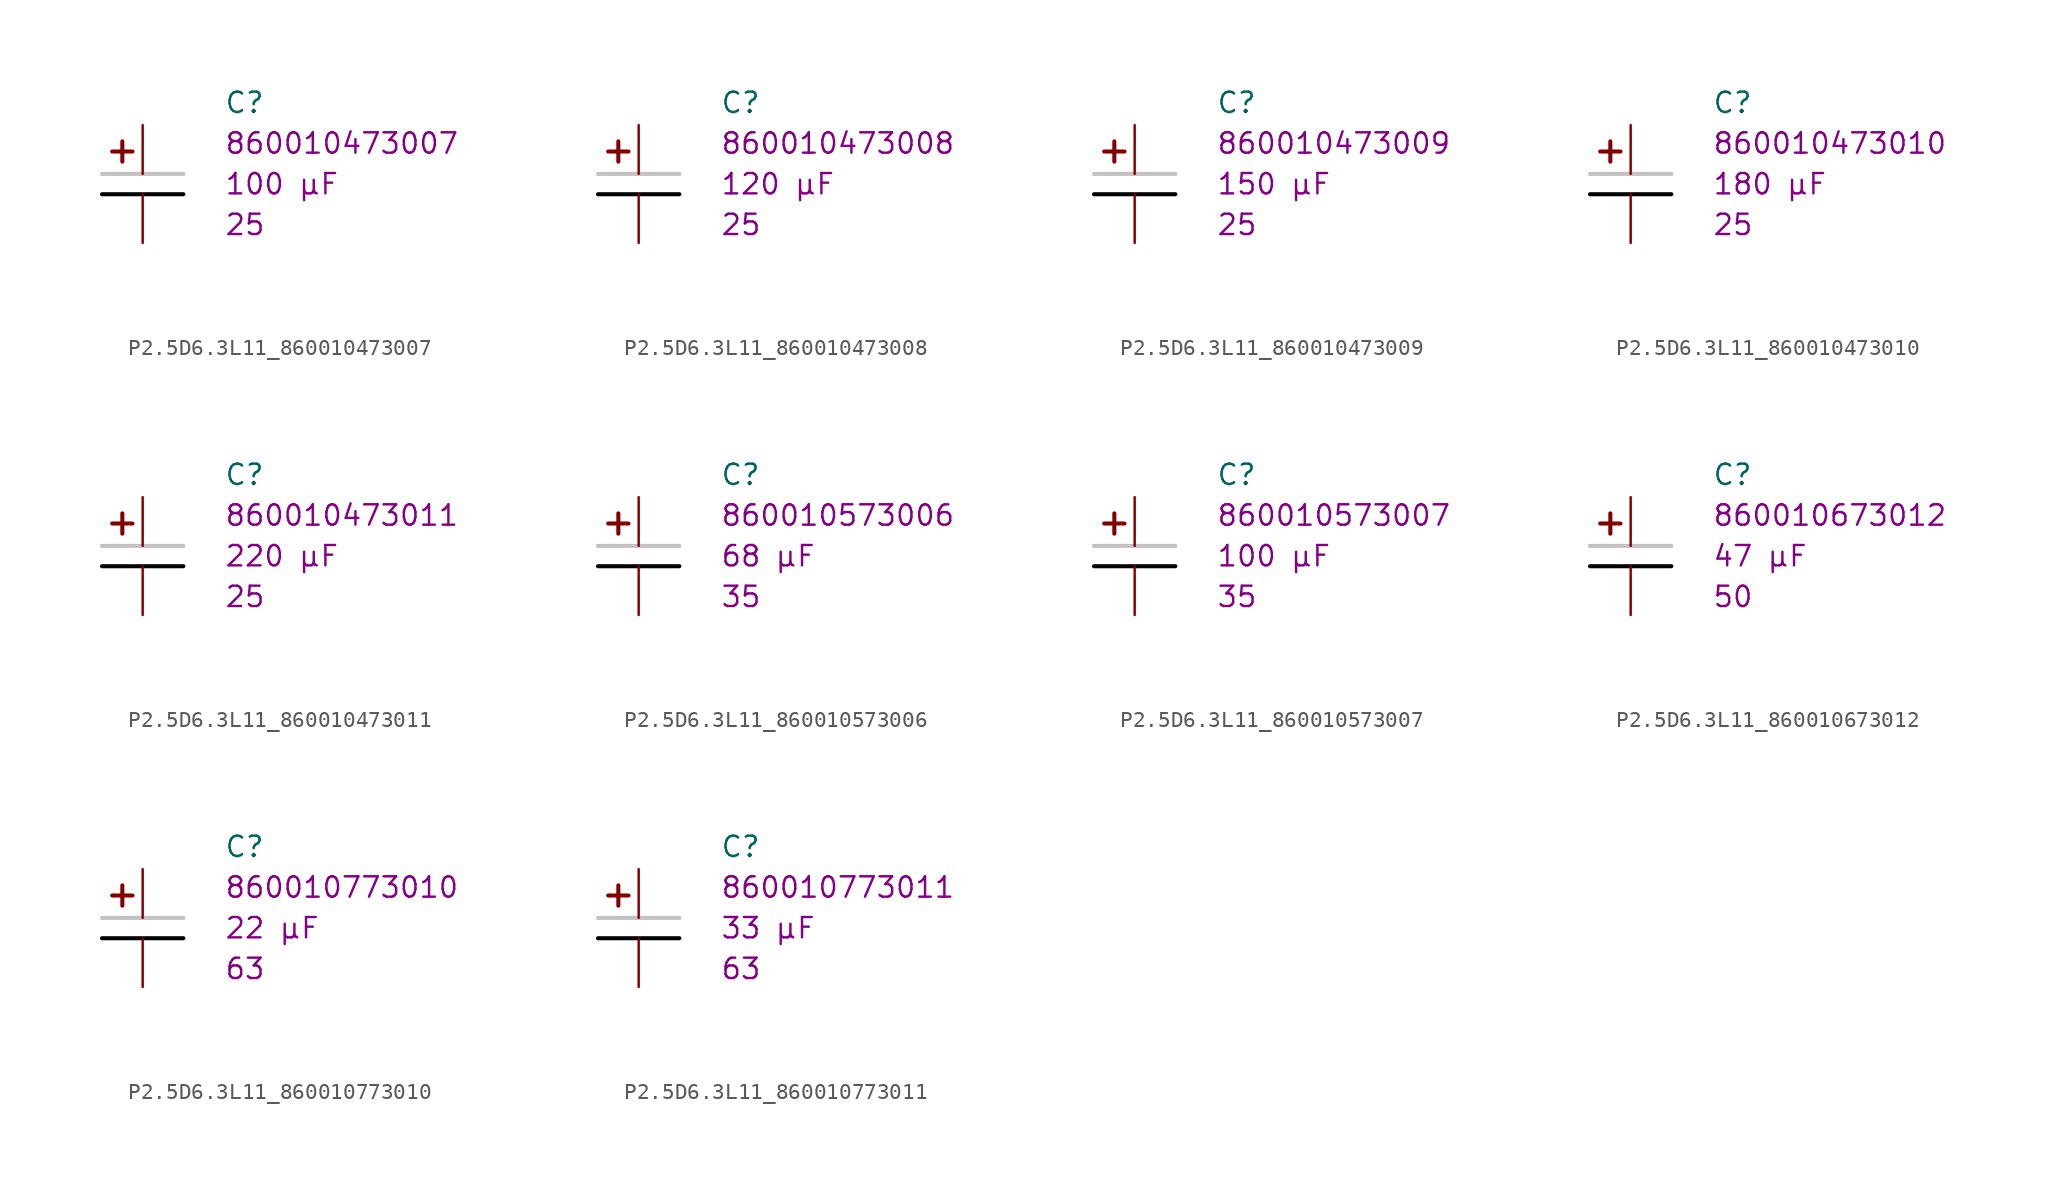
<source format=kicad_sym>
(kicad_symbol_lib
  (version 20220914)
  (generator kicad_symbol_editor)
  (symbol "P2.5D6.3L11_860010473007"
    (pin_numbers hide)
    (pin_names hide)
    (property "Reference" "C"
      (at 5.08 5.08 0)
      (effects (font (size 1.27 1.27)) (justify left)))
    (property "Part Number" "860010473007"
      (at 5.08 2.54 0)
      (effects (font (size 1.27 1.27)) (justify left)))
    (property "Capacitance" "100 µF"
      (at 5.08 0 0)
      (effects (font (size 1.27 1.27)) (justify left)))
    (property "Voltage" "25"
      (at 5.08 -2.54 0)
      (effects (font (size 1.27 1.27)) (justify left)))
    (property "Critical Parameter" ""
      (at 0 -7.62 0)
      (effects (font (size 1.27 1.27))))
    (symbol "P2.5D6.3L11_860010473007_1_1"
      (polyline (pts (xy -1.27 2.667) (xy -1.27 1.397)) (stroke (width 0.254) (type default)) (fill (type none)))
      (polyline (pts (xy -0.635 2.032) (xy -1.905 2.032)) (stroke (width 0.254) (type default)) (fill (type none)))
      (polyline (pts (xy 2.54 -0.635) (xy -2.54 -0.635)) (stroke (width 0.254) (type default) (color 0 0 0 1)) (fill (type none)))
      (polyline (pts (xy 2.54 0.635) (xy -2.54 0.635)) (stroke (width 0.254) (type default) (color 194 194 194 1)) (fill (type none)))
      (pin passive line (at 0 3.679 270) (length 3.044) (name "1" (effects (font (size 1.27 1.27)))) (number "1" (effects (font (size 1.27 1.27)))))
      (pin passive line (at 0 -3.679 90) (length 3.044) (name "2" (effects (font (size 1.27 1.27)))) (number "2" (effects (font (size 1.27 1.27)))))))
  (symbol "P2.5D6.3L11_860010473008"
    (pin_numbers hide)
    (pin_names hide)
    (property "Reference" "C"
      (at 5.08 5.08 0)
      (effects (font (size 1.27 1.27)) (justify left)))
    (property "Part Number" "860010473008"
      (at 5.08 2.54 0)
      (effects (font (size 1.27 1.27)) (justify left)))
    (property "Capacitance" "120 µF"
      (at 5.08 0 0)
      (effects (font (size 1.27 1.27)) (justify left)))
    (property "Voltage" "25"
      (at 5.08 -2.54 0)
      (effects (font (size 1.27 1.27)) (justify left)))
    (property "Critical Parameter" ""
      (at 0 -7.62 0)
      (effects (font (size 1.27 1.27))))
    (symbol "P2.5D6.3L11_860010473008_1_1"
      (polyline (pts (xy -1.27 2.667) (xy -1.27 1.397)) (stroke (width 0.254) (type default)) (fill (type none)))
      (polyline (pts (xy -0.635 2.032) (xy -1.905 2.032)) (stroke (width 0.254) (type default)) (fill (type none)))
      (polyline (pts (xy 2.54 -0.635) (xy -2.54 -0.635)) (stroke (width 0.254) (type default) (color 0 0 0 1)) (fill (type none)))
      (polyline (pts (xy 2.54 0.635) (xy -2.54 0.635)) (stroke (width 0.254) (type default) (color 194 194 194 1)) (fill (type none)))
      (pin passive line (at 0 3.679 270) (length 3.044) (name "1" (effects (font (size 1.27 1.27)))) (number "1" (effects (font (size 1.27 1.27)))))
      (pin passive line (at 0 -3.679 90) (length 3.044) (name "2" (effects (font (size 1.27 1.27)))) (number "2" (effects (font (size 1.27 1.27)))))))
  (symbol "P2.5D6.3L11_860010473009"
    (pin_numbers hide)
    (pin_names hide)
    (property "Reference" "C"
      (at 5.08 5.08 0)
      (effects (font (size 1.27 1.27)) (justify left)))
    (property "Part Number" "860010473009"
      (at 5.08 2.54 0)
      (effects (font (size 1.27 1.27)) (justify left)))
    (property "Capacitance" "150 µF"
      (at 5.08 0 0)
      (effects (font (size 1.27 1.27)) (justify left)))
    (property "Voltage" "25"
      (at 5.08 -2.54 0)
      (effects (font (size 1.27 1.27)) (justify left)))
    (property "Critical Parameter" ""
      (at 0 -7.62 0)
      (effects (font (size 1.27 1.27))))
    (symbol "P2.5D6.3L11_860010473009_1_1"
      (polyline (pts (xy -1.27 2.667) (xy -1.27 1.397)) (stroke (width 0.254) (type default)) (fill (type none)))
      (polyline (pts (xy -0.635 2.032) (xy -1.905 2.032)) (stroke (width 0.254) (type default)) (fill (type none)))
      (polyline (pts (xy 2.54 -0.635) (xy -2.54 -0.635)) (stroke (width 0.254) (type default) (color 0 0 0 1)) (fill (type none)))
      (polyline (pts (xy 2.54 0.635) (xy -2.54 0.635)) (stroke (width 0.254) (type default) (color 194 194 194 1)) (fill (type none)))
      (pin passive line (at 0 3.679 270) (length 3.044) (name "1" (effects (font (size 1.27 1.27)))) (number "1" (effects (font (size 1.27 1.27)))))
      (pin passive line (at 0 -3.679 90) (length 3.044) (name "2" (effects (font (size 1.27 1.27)))) (number "2" (effects (font (size 1.27 1.27)))))))
  (symbol "P2.5D6.3L11_860010473010"
    (pin_numbers hide)
    (pin_names hide)
    (property "Reference" "C"
      (at 5.08 5.08 0)
      (effects (font (size 1.27 1.27)) (justify left)))
    (property "Part Number" "860010473010"
      (at 5.08 2.54 0)
      (effects (font (size 1.27 1.27)) (justify left)))
    (property "Capacitance" "180 µF"
      (at 5.08 0 0)
      (effects (font (size 1.27 1.27)) (justify left)))
    (property "Voltage" "25"
      (at 5.08 -2.54 0)
      (effects (font (size 1.27 1.27)) (justify left)))
    (property "Critical Parameter" ""
      (at 0 -7.62 0)
      (effects (font (size 1.27 1.27))))
    (symbol "P2.5D6.3L11_860010473010_1_1"
      (polyline (pts (xy -1.27 2.667) (xy -1.27 1.397)) (stroke (width 0.254) (type default)) (fill (type none)))
      (polyline (pts (xy -0.635 2.032) (xy -1.905 2.032)) (stroke (width 0.254) (type default)) (fill (type none)))
      (polyline (pts (xy 2.54 -0.635) (xy -2.54 -0.635)) (stroke (width 0.254) (type default) (color 0 0 0 1)) (fill (type none)))
      (polyline (pts (xy 2.54 0.635) (xy -2.54 0.635)) (stroke (width 0.254) (type default) (color 194 194 194 1)) (fill (type none)))
      (pin passive line (at 0 3.679 270) (length 3.044) (name "1" (effects (font (size 1.27 1.27)))) (number "1" (effects (font (size 1.27 1.27)))))
      (pin passive line (at 0 -3.679 90) (length 3.044) (name "2" (effects (font (size 1.27 1.27)))) (number "2" (effects (font (size 1.27 1.27)))))))
  (symbol "P2.5D6.3L11_860010473011"
    (pin_numbers hide)
    (pin_names hide)
    (property "Reference" "C"
      (at 5.08 5.08 0)
      (effects (font (size 1.27 1.27)) (justify left)))
    (property "Part Number" "860010473011"
      (at 5.08 2.54 0)
      (effects (font (size 1.27 1.27)) (justify left)))
    (property "Capacitance" "220 µF"
      (at 5.08 0 0)
      (effects (font (size 1.27 1.27)) (justify left)))
    (property "Voltage" "25"
      (at 5.08 -2.54 0)
      (effects (font (size 1.27 1.27)) (justify left)))
    (property "Critical Parameter" ""
      (at 0 -7.62 0)
      (effects (font (size 1.27 1.27))))
    (symbol "P2.5D6.3L11_860010473011_1_1"
      (polyline (pts (xy -1.27 2.667) (xy -1.27 1.397)) (stroke (width 0.254) (type default)) (fill (type none)))
      (polyline (pts (xy -0.635 2.032) (xy -1.905 2.032)) (stroke (width 0.254) (type default)) (fill (type none)))
      (polyline (pts (xy 2.54 -0.635) (xy -2.54 -0.635)) (stroke (width 0.254) (type default) (color 0 0 0 1)) (fill (type none)))
      (polyline (pts (xy 2.54 0.635) (xy -2.54 0.635)) (stroke (width 0.254) (type default) (color 194 194 194 1)) (fill (type none)))
      (pin passive line (at 0 3.679 270) (length 3.044) (name "1" (effects (font (size 1.27 1.27)))) (number "1" (effects (font (size 1.27 1.27)))))
      (pin passive line (at 0 -3.679 90) (length 3.044) (name "2" (effects (font (size 1.27 1.27)))) (number "2" (effects (font (size 1.27 1.27)))))))
  (symbol "P2.5D6.3L11_860010573006"
    (pin_numbers hide)
    (pin_names hide)
    (property "Reference" "C"
      (at 5.08 5.08 0)
      (effects (font (size 1.27 1.27)) (justify left)))
    (property "Part Number" "860010573006"
      (at 5.08 2.54 0)
      (effects (font (size 1.27 1.27)) (justify left)))
    (property "Capacitance" "68 µF"
      (at 5.08 0 0)
      (effects (font (size 1.27 1.27)) (justify left)))
    (property "Voltage" "35"
      (at 5.08 -2.54 0)
      (effects (font (size 1.27 1.27)) (justify left)))
    (property "Critical Parameter" ""
      (at 0 -7.62 0)
      (effects (font (size 1.27 1.27))))
    (symbol "P2.5D6.3L11_860010573006_1_1"
      (polyline (pts (xy -1.27 2.667) (xy -1.27 1.397)) (stroke (width 0.254) (type default)) (fill (type none)))
      (polyline (pts (xy -0.635 2.032) (xy -1.905 2.032)) (stroke (width 0.254) (type default)) (fill (type none)))
      (polyline (pts (xy 2.54 -0.635) (xy -2.54 -0.635)) (stroke (width 0.254) (type default) (color 0 0 0 1)) (fill (type none)))
      (polyline (pts (xy 2.54 0.635) (xy -2.54 0.635)) (stroke (width 0.254) (type default) (color 194 194 194 1)) (fill (type none)))
      (pin passive line (at 0 3.679 270) (length 3.044) (name "1" (effects (font (size 1.27 1.27)))) (number "1" (effects (font (size 1.27 1.27)))))
      (pin passive line (at 0 -3.679 90) (length 3.044) (name "2" (effects (font (size 1.27 1.27)))) (number "2" (effects (font (size 1.27 1.27)))))))
  (symbol "P2.5D6.3L11_860010573007"
    (pin_numbers hide)
    (pin_names hide)
    (property "Reference" "C"
      (at 5.08 5.08 0)
      (effects (font (size 1.27 1.27)) (justify left)))
    (property "Part Number" "860010573007"
      (at 5.08 2.54 0)
      (effects (font (size 1.27 1.27)) (justify left)))
    (property "Capacitance" "100 µF"
      (at 5.08 0 0)
      (effects (font (size 1.27 1.27)) (justify left)))
    (property "Voltage" "35"
      (at 5.08 -2.54 0)
      (effects (font (size 1.27 1.27)) (justify left)))
    (property "Critical Parameter" ""
      (at 0 -7.62 0)
      (effects (font (size 1.27 1.27))))
    (symbol "P2.5D6.3L11_860010573007_1_1"
      (polyline (pts (xy -1.27 2.667) (xy -1.27 1.397)) (stroke (width 0.254) (type default)) (fill (type none)))
      (polyline (pts (xy -0.635 2.032) (xy -1.905 2.032)) (stroke (width 0.254) (type default)) (fill (type none)))
      (polyline (pts (xy 2.54 -0.635) (xy -2.54 -0.635)) (stroke (width 0.254) (type default) (color 0 0 0 1)) (fill (type none)))
      (polyline (pts (xy 2.54 0.635) (xy -2.54 0.635)) (stroke (width 0.254) (type default) (color 194 194 194 1)) (fill (type none)))
      (pin passive line (at 0 3.679 270) (length 3.044) (name "1" (effects (font (size 1.27 1.27)))) (number "1" (effects (font (size 1.27 1.27)))))
      (pin passive line (at 0 -3.679 90) (length 3.044) (name "2" (effects (font (size 1.27 1.27)))) (number "2" (effects (font (size 1.27 1.27)))))))
  (symbol "P2.5D6.3L11_860010673012"
    (pin_numbers hide)
    (pin_names hide)
    (property "Reference" "C"
      (at 5.08 5.08 0)
      (effects (font (size 1.27 1.27)) (justify left)))
    (property "Part Number" "860010673012"
      (at 5.08 2.54 0)
      (effects (font (size 1.27 1.27)) (justify left)))
    (property "Capacitance" "47 µF"
      (at 5.08 0 0)
      (effects (font (size 1.27 1.27)) (justify left)))
    (property "Voltage" "50"
      (at 5.08 -2.54 0)
      (effects (font (size 1.27 1.27)) (justify left)))
    (property "Critical Parameter" ""
      (at 0 -7.62 0)
      (effects (font (size 1.27 1.27))))
    (symbol "P2.5D6.3L11_860010673012_1_1"
      (polyline (pts (xy -1.27 2.667) (xy -1.27 1.397)) (stroke (width 0.254) (type default)) (fill (type none)))
      (polyline (pts (xy -0.635 2.032) (xy -1.905 2.032)) (stroke (width 0.254) (type default)) (fill (type none)))
      (polyline (pts (xy 2.54 -0.635) (xy -2.54 -0.635)) (stroke (width 0.254) (type default) (color 0 0 0 1)) (fill (type none)))
      (polyline (pts (xy 2.54 0.635) (xy -2.54 0.635)) (stroke (width 0.254) (type default) (color 194 194 194 1)) (fill (type none)))
      (pin passive line (at 0 3.679 270) (length 3.044) (name "1" (effects (font (size 1.27 1.27)))) (number "1" (effects (font (size 1.27 1.27)))))
      (pin passive line (at 0 -3.679 90) (length 3.044) (name "2" (effects (font (size 1.27 1.27)))) (number "2" (effects (font (size 1.27 1.27)))))))
  (symbol "P2.5D6.3L11_860010773010"
    (pin_numbers hide)
    (pin_names hide)
    (property "Reference" "C"
      (at 5.08 5.08 0)
      (effects (font (size 1.27 1.27)) (justify left)))
    (property "Part Number" "860010773010"
      (at 5.08 2.54 0)
      (effects (font (size 1.27 1.27)) (justify left)))
    (property "Capacitance" "22 µF"
      (at 5.08 0 0)
      (effects (font (size 1.27 1.27)) (justify left)))
    (property "Voltage" "63"
      (at 5.08 -2.54 0)
      (effects (font (size 1.27 1.27)) (justify left)))
    (property "Critical Parameter" ""
      (at 0 -7.62 0)
      (effects (font (size 1.27 1.27))))
    (symbol "P2.5D6.3L11_860010773010_1_1"
      (polyline (pts (xy -1.27 2.667) (xy -1.27 1.397)) (stroke (width 0.254) (type default)) (fill (type none)))
      (polyline (pts (xy -0.635 2.032) (xy -1.905 2.032)) (stroke (width 0.254) (type default)) (fill (type none)))
      (polyline (pts (xy 2.54 -0.635) (xy -2.54 -0.635)) (stroke (width 0.254) (type default) (color 0 0 0 1)) (fill (type none)))
      (polyline (pts (xy 2.54 0.635) (xy -2.54 0.635)) (stroke (width 0.254) (type default) (color 194 194 194 1)) (fill (type none)))
      (pin passive line (at 0 3.679 270) (length 3.044) (name "1" (effects (font (size 1.27 1.27)))) (number "1" (effects (font (size 1.27 1.27)))))
      (pin passive line (at 0 -3.679 90) (length 3.044) (name "2" (effects (font (size 1.27 1.27)))) (number "2" (effects (font (size 1.27 1.27)))))))
  (symbol "P2.5D6.3L11_860010773011"
    (pin_numbers hide)
    (pin_names hide)
    (property "Reference" "C"
      (at 5.08 5.08 0)
      (effects (font (size 1.27 1.27)) (justify left)))
    (property "Part Number" "860010773011"
      (at 5.08 2.54 0)
      (effects (font (size 1.27 1.27)) (justify left)))
    (property "Capacitance" "33 µF"
      (at 5.08 0 0)
      (effects (font (size 1.27 1.27)) (justify left)))
    (property "Voltage" "63"
      (at 5.08 -2.54 0)
      (effects (font (size 1.27 1.27)) (justify left)))
    (property "Critical Parameter" ""
      (at 0 -7.62 0)
      (effects (font (size 1.27 1.27))))
    (symbol "P2.5D6.3L11_860010773011_1_1"
      (polyline (pts (xy -1.27 2.667) (xy -1.27 1.397)) (stroke (width 0.254) (type default)) (fill (type none)))
      (polyline (pts (xy -0.635 2.032) (xy -1.905 2.032)) (stroke (width 0.254) (type default)) (fill (type none)))
      (polyline (pts (xy 2.54 -0.635) (xy -2.54 -0.635)) (stroke (width 0.254) (type default) (color 0 0 0 1)) (fill (type none)))
      (polyline (pts (xy 2.54 0.635) (xy -2.54 0.635)) (stroke (width 0.254) (type default) (color 194 194 194 1)) (fill (type none)))
      (pin passive line (at 0 3.679 270) (length 3.044) (name "1" (effects (font (size 1.27 1.27)))) (number "1" (effects (font (size 1.27 1.27)))))
      (pin passive line (at 0 -3.679 90) (length 3.044) (name "2" (effects (font (size 1.27 1.27)))) (number "2" (effects (font (size 1.27 1.27))))))))
</source>
